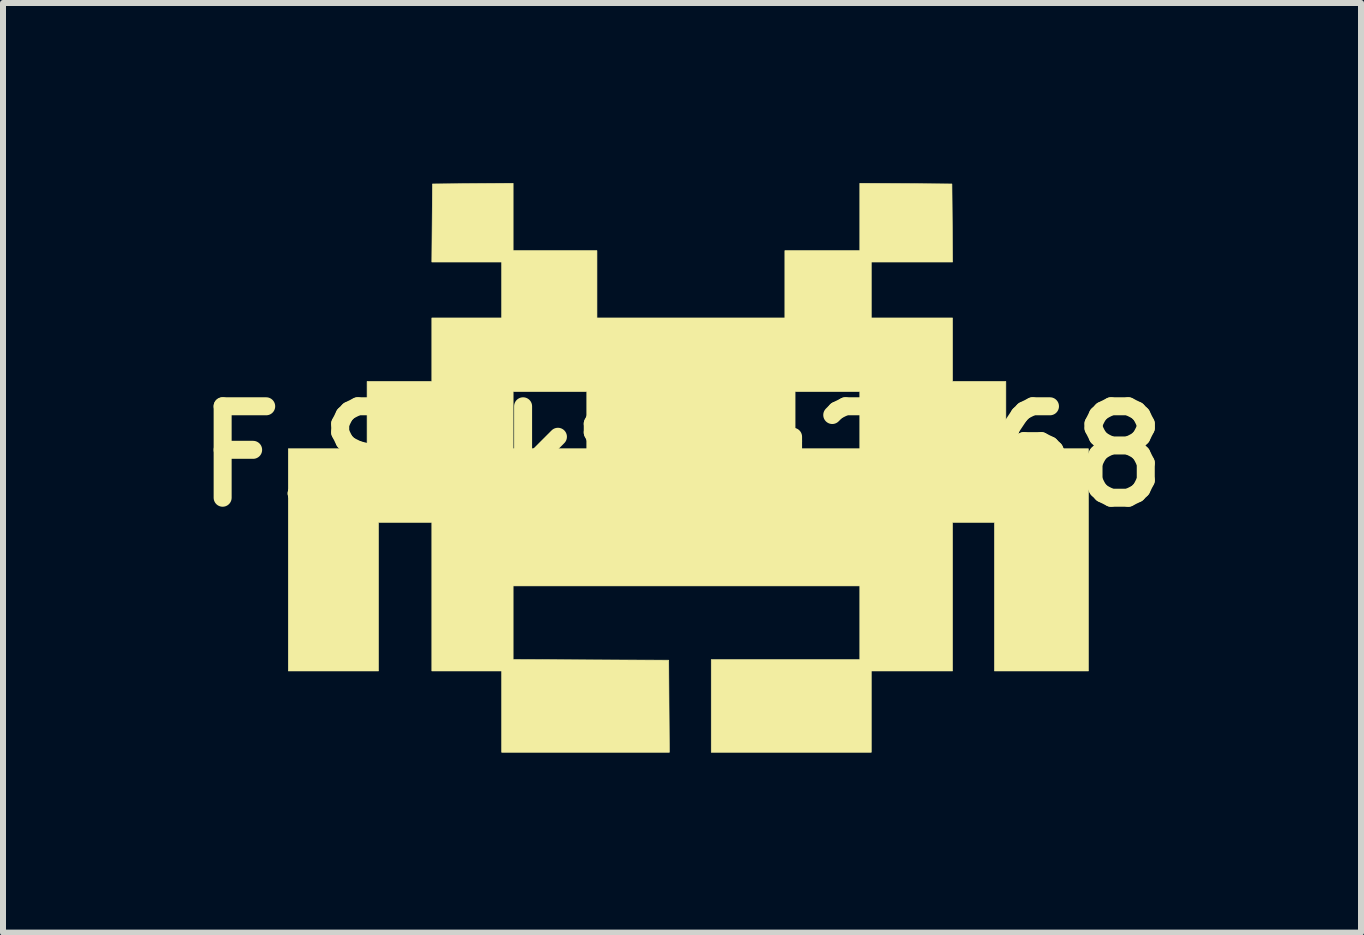
<source format=kicad_pcb>
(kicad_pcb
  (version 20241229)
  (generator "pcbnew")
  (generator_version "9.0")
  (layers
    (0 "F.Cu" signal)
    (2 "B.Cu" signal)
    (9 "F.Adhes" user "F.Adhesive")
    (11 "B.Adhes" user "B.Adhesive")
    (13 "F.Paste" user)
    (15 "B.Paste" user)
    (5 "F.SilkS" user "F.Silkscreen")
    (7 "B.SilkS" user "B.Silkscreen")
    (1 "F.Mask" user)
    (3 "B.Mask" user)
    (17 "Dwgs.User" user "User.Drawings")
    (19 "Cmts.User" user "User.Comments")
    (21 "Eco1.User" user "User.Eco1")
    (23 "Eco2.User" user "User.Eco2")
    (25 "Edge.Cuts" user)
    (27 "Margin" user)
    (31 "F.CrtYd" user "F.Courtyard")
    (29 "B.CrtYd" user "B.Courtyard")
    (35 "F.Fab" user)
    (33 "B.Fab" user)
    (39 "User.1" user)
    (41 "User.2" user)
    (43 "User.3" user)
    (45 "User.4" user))
  (footprint "F.SilkS_g2468"
    (layer "F.Cu")
    (at 8.317 4.556)
    (property "Reference" "F.SilkS_g2468" (at 0 0 0) (layer "F.SilkS") (effects (font (size 1.524 1.524) (thickness 0.3))))
    (attr through_hole)
    (fp_poly (pts (xy -2.815 -3.429) (xy -1.418 -3.429) (xy -1.418 -2.307) (xy 1.714 -2.307) (xy 1.714 -3.429) (xy 2.963 -3.429) (xy 2.963 -4.551) (xy 3.731 -4.546) (xy 4.498 -4.54) (xy 4.504 -3.889) (xy 4.509 -3.239) (xy 3.154 -3.239) (xy 3.154 -2.307) (xy 4.508 -2.307) (xy 4.508 -1.249) (xy 5.397 -1.249) (xy 5.397 -0.127) (xy 6.773 -0.127) (xy 6.773 3.577) (xy 5.207 3.577) (xy 5.207 1.101) (xy 4.508 1.101) (xy 4.508 3.577) (xy 3.154 3.577) (xy 3.154 4.932) (xy 0.487 4.932) (xy 0.487 3.387) (xy 2.963 3.387) (xy 2.963 2.159) (xy -2.815 2.159) (xy -2.815 3.386) (xy -1.519 3.392) (xy -0.222 3.397) (xy -0.217 4.165) (xy -0.211 4.932) (xy -3.006 4.932) (xy -3.006 3.577) (xy -4.17 3.577) (xy -4.17 1.101) (xy -5.059 1.101) (xy -5.059 3.577) (xy -6.562 3.577) (xy -6.562 -0.127) (xy -5.249 -0.127) (xy -5.249 -1.079) (xy -2.815 -1.079) (xy -2.815 -0.127) (xy -1.587 -0.127) (xy -1.587 -1.079) (xy 1.884 -1.079) (xy 1.884 -0.127) (xy 2.963 -0.127) (xy 2.963 -1.079) (xy 1.884 -1.079) (xy -1.587 -1.079) (xy -2.815 -1.079) (xy -5.249 -1.079) (xy -5.249 -1.249) (xy -4.17 -1.249) (xy -4.17 -2.307) (xy -3.006 -2.307) (xy -3.006 -3.239) (xy -4.17 -3.239) (xy -4.159 -4.54) (xy -3.487 -4.546) (xy -2.815 -4.551) (xy -2.815 -3.429)) (stroke (width 0.01) (type solid)) (fill yes) (layer "F.SilkS")))
  (gr_rect
    (start -3 -3)
    (end 19.633 12.493)
    (stroke (width 0.1) (type default))
    (fill no)
    (layer "Edge.Cuts")))
</source>
